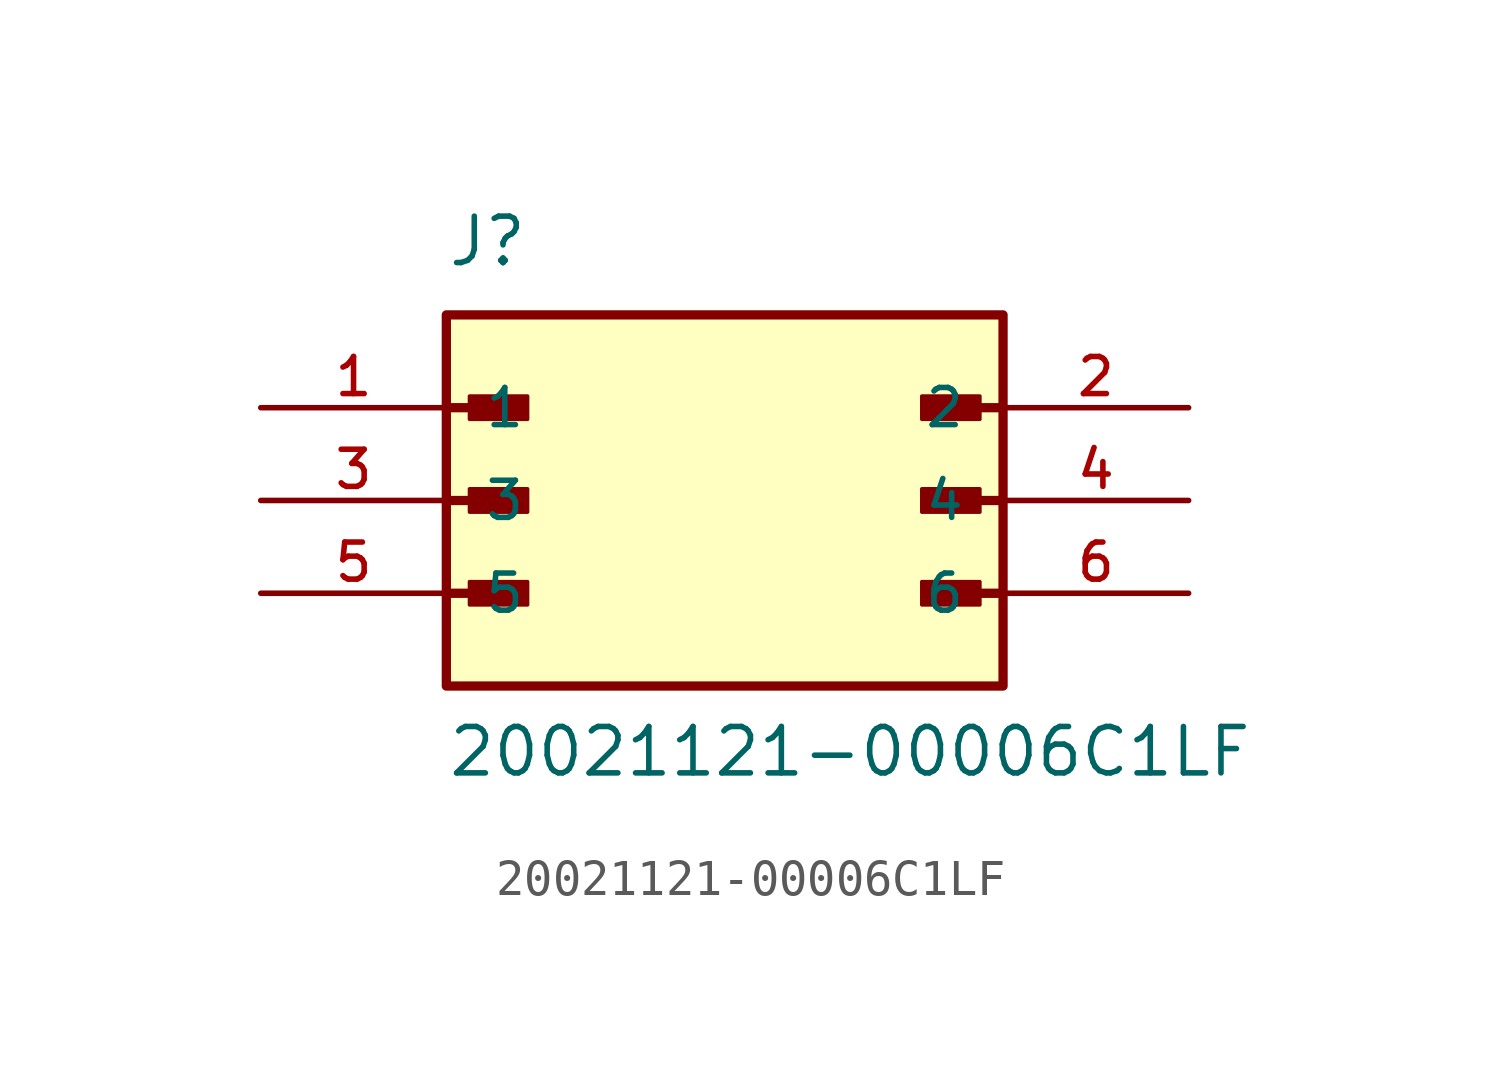
<source format=kicad_sym>
(kicad_symbol_lib
  (version 20211014)
  (generator kicad_symbol_editor)
  (symbol "20021121-00006C1LF"
    (pin_names
      (offset 1.016))
    (property "Reference" "J"
      (at -7.62 6.35 0)
      (effects (font (size 1.27 1.27)) (justify bottom left)))
    (property "Value" "20021121-00006C1LF"
      (at -7.62 -7.62 0)
      (effects (font (size 1.27 1.27)) (justify bottom left)))
    (symbol "20021121-00006C1LF_0_0"
      (polyline (pts (xy -7.62 2.54) (xy -5.715 2.54)) (stroke (width 0.254)))
      (rectangle (start -6.985 2.223) (end -5.397 2.857) (stroke (width 0.1)) (fill (type outline)))
      (polyline (pts (xy -7.62 0.0) (xy -5.715 0.0)) (stroke (width 0.254)))
      (rectangle (start -6.985 -0.318) (end -5.397 0.318) (stroke (width 0.1)) (fill (type outline)))
      (polyline (pts (xy -7.62 -2.54) (xy -5.715 -2.54)) (stroke (width 0.254)))
      (rectangle (start -6.985 -2.857) (end -5.397 -2.223) (stroke (width 0.1)) (fill (type outline)))
      (polyline (pts (xy 7.62 -2.54) (xy 5.715 -2.54)) (stroke (width 0.254)))
      (rectangle (start 5.397 -2.857) (end 6.985 -2.223) (stroke (width 0.1)) (fill (type outline)))
      (polyline (pts (xy 7.62 0.0) (xy 5.715 0.0)) (stroke (width 0.254)))
      (rectangle (start 5.397 -0.318) (end 6.985 0.318) (stroke (width 0.1)) (fill (type outline)))
      (polyline (pts (xy 7.62 2.54) (xy 5.715 2.54)) (stroke (width 0.254)))
      (rectangle (start 5.397 2.223) (end 6.985 2.857) (stroke (width 0.1)) (fill (type outline)))
      (rectangle (start -7.62 -5.08) (end 7.62 5.08) (stroke (width 0.254)) (fill (type background)))
      (pin passive line (at -12.7 2.54 0) (length 5.08) (name "1" (effects (font (size 1.016 1.016)))) (number "1" (effects (font (size 1.016 1.016)))))
      (pin passive line (at 12.7 2.54 180.0) (length 5.08) (name "2" (effects (font (size 1.016 1.016)))) (number "2" (effects (font (size 1.016 1.016)))))
      (pin passive line (at -12.7 0.0 0) (length 5.08) (name "3" (effects (font (size 1.016 1.016)))) (number "3" (effects (font (size 1.016 1.016)))))
      (pin passive line (at 12.7 0.0 180.0) (length 5.08) (name "4" (effects (font (size 1.016 1.016)))) (number "4" (effects (font (size 1.016 1.016)))))
      (pin passive line (at -12.7 -2.54 0) (length 5.08) (name "5" (effects (font (size 1.016 1.016)))) (number "5" (effects (font (size 1.016 1.016)))))
      (pin passive line (at 12.7 -2.54 180.0) (length 5.08) (name "6" (effects (font (size 1.016 1.016)))) (number "6" (effects (font (size 1.016 1.016))))))))
</source>
